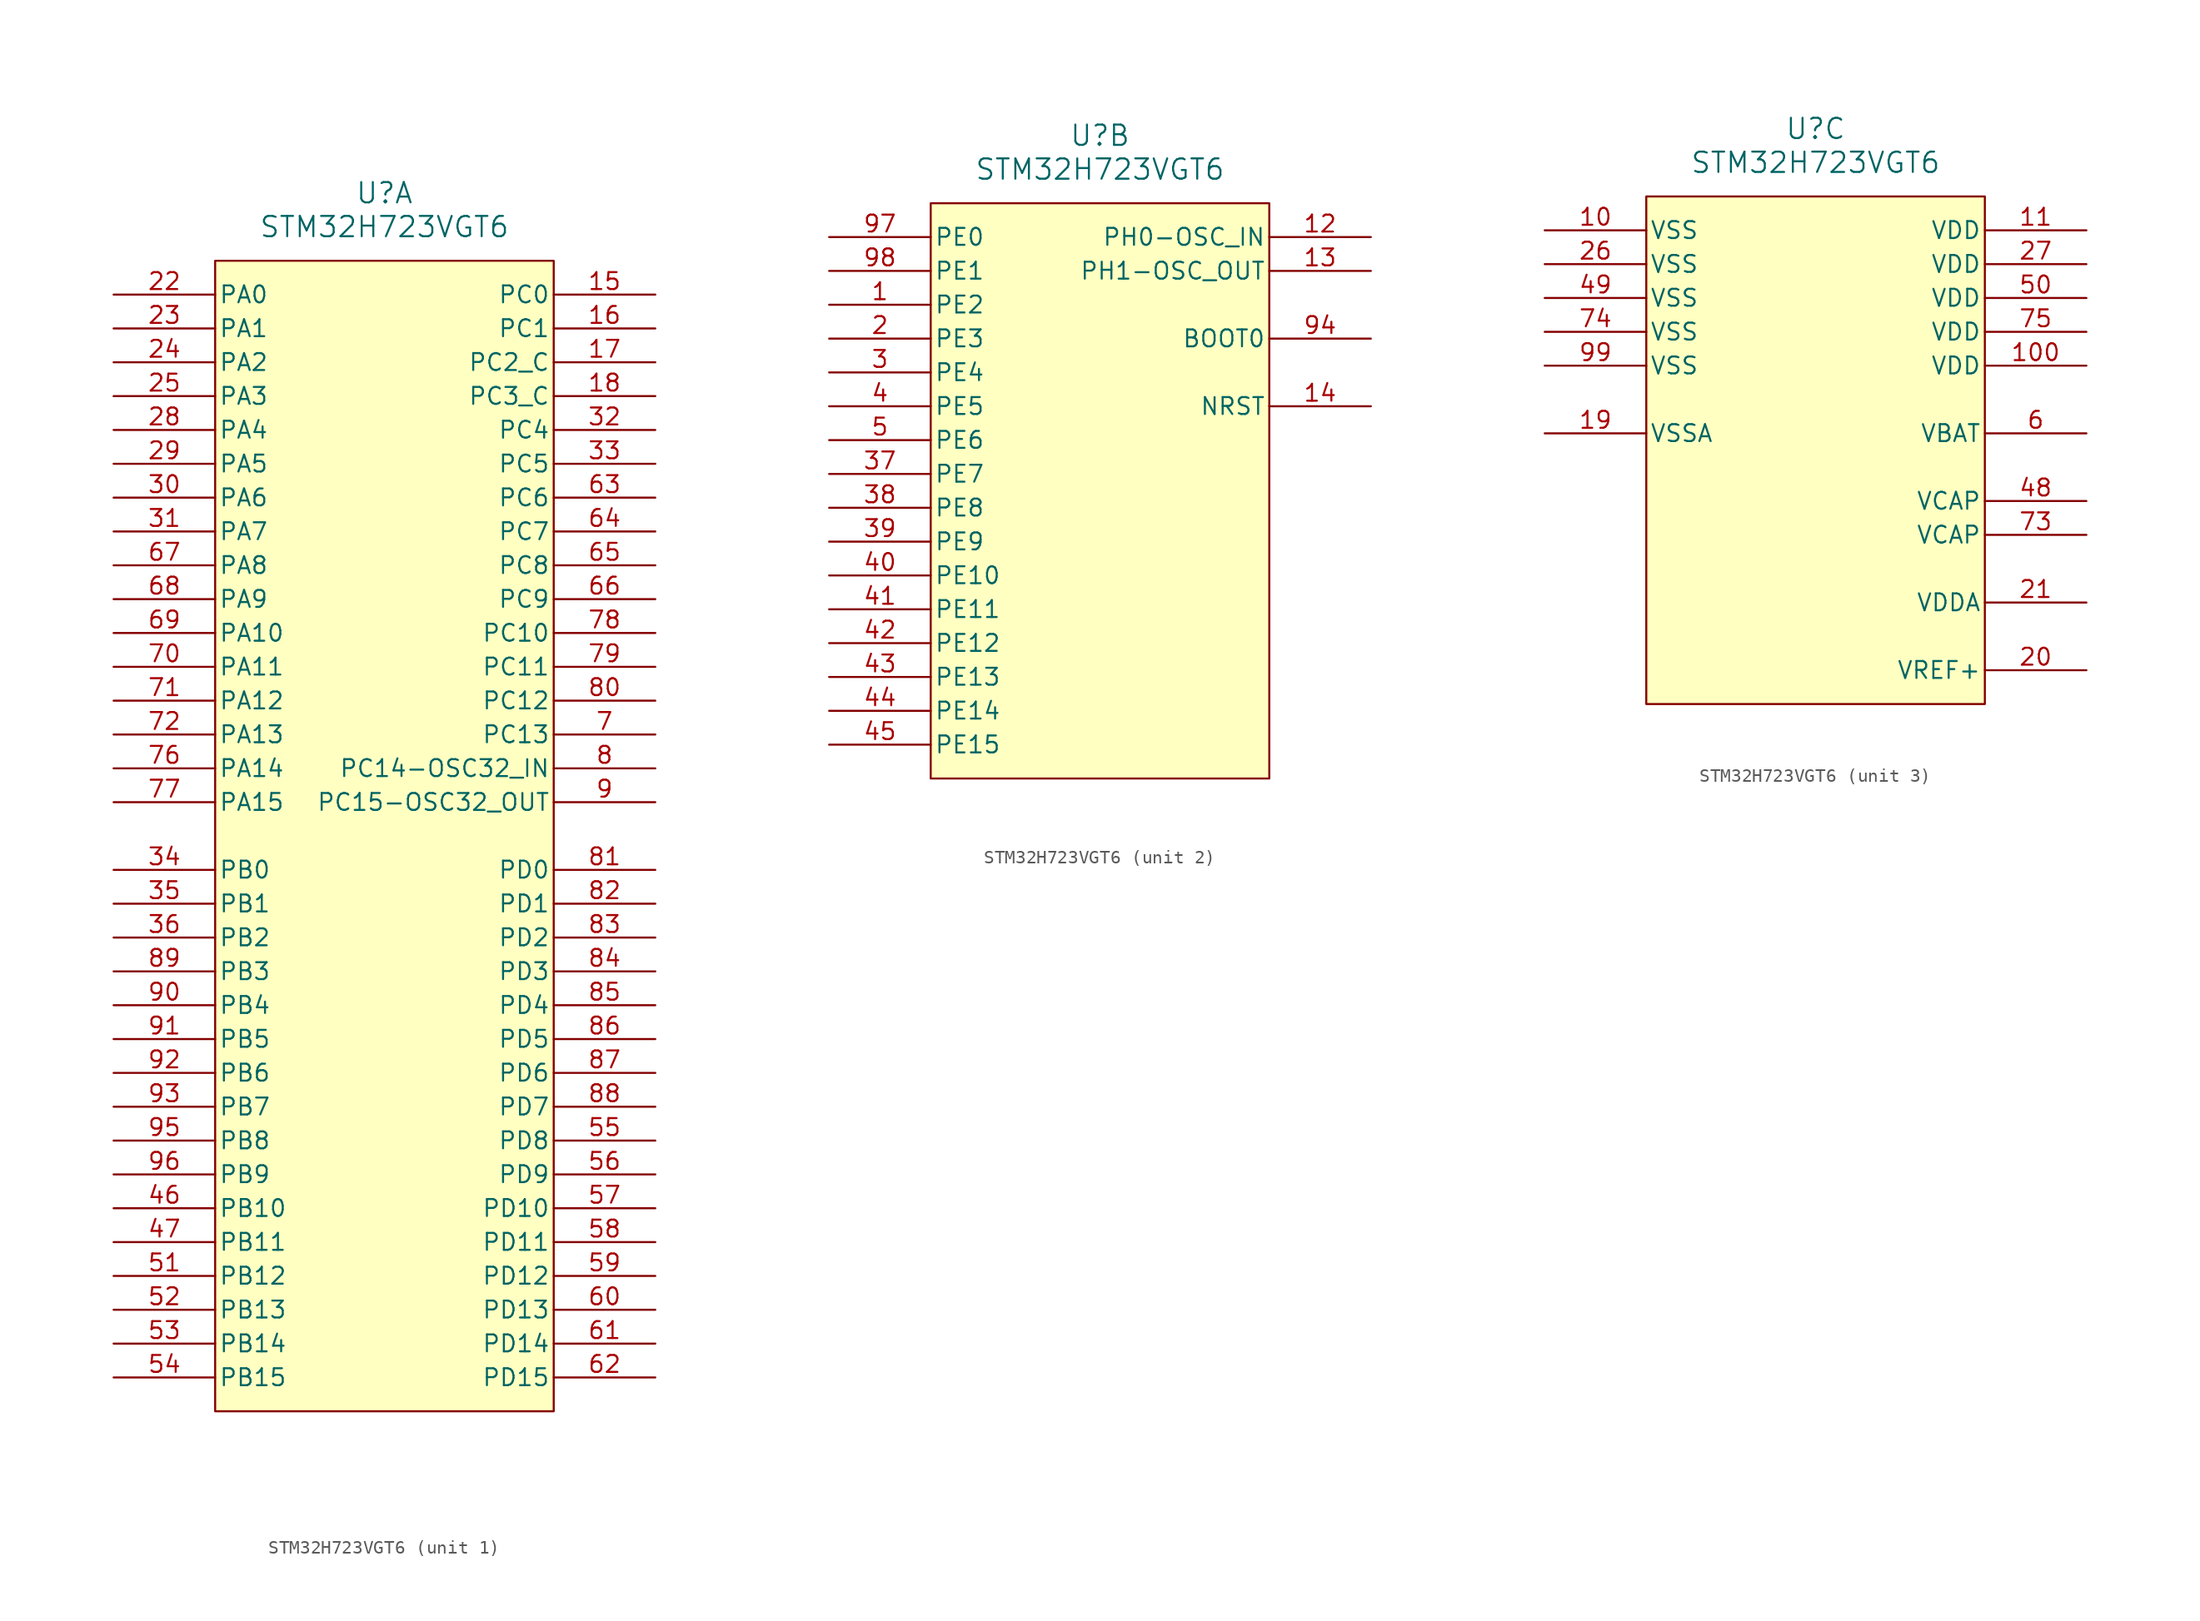
<source format=kicad_sym>
(kicad_symbol_lib
  (version 20231120)
  (generator "kicad_symbol_editor")
  (generator_version "8.0")
  (symbol "STM32H723VGT6"
    (pin_names
      (offset 0.254))
    (property "Reference" "U"
      (at 0 10.16 0)
      (effects (font (size 1.524 1.524))))
    (property "Value" "STM32H723VGT6"
      (at 0 7.62 0)
      (effects (font (size 1.524 1.524))))
    (property "ki_locked" ""
      (at 0 0 0)
      (effects (font (size 1.27 1.27))))
    (symbol "STM32H723VGT6_1_1"
      (rectangle (start -12.7 5.08) (end 12.7 -81.28) (stroke (width 0) (type default)) (fill (type background)))
      (pin bidirectional line (at 20.32 2.54 180) (length 7.62) (name "PC0" (effects (font (size 1.27 1.27)))) (number "15" (effects (font (size 1.27 1.27)))))
      (pin bidirectional line (at 20.32 0 180) (length 7.62) (name "PC1" (effects (font (size 1.27 1.27)))) (number "16" (effects (font (size 1.27 1.27)))))
      (pin bidirectional line (at 20.32 -2.54 180) (length 7.62) (name "PC2_C" (effects (font (size 1.27 1.27)))) (number "17" (effects (font (size 1.27 1.27)))))
      (pin bidirectional line (at 20.32 -5.08 180) (length 7.62) (name "PC3_C" (effects (font (size 1.27 1.27)))) (number "18" (effects (font (size 1.27 1.27)))))
      (pin bidirectional line (at -20.32 2.54 0) (length 7.62) (name "PA0" (effects (font (size 1.27 1.27)))) (number "22" (effects (font (size 1.27 1.27)))))
      (pin bidirectional line (at -20.32 0 0) (length 7.62) (name "PA1" (effects (font (size 1.27 1.27)))) (number "23" (effects (font (size 1.27 1.27)))))
      (pin bidirectional line (at -20.32 -2.54 0) (length 7.62) (name "PA2" (effects (font (size 1.27 1.27)))) (number "24" (effects (font (size 1.27 1.27)))))
      (pin bidirectional line (at -20.32 -5.08 0) (length 7.62) (name "PA3" (effects (font (size 1.27 1.27)))) (number "25" (effects (font (size 1.27 1.27)))))
      (pin bidirectional line (at -20.32 -7.62 0) (length 7.62) (name "PA4" (effects (font (size 1.27 1.27)))) (number "28" (effects (font (size 1.27 1.27)))))
      (pin bidirectional line (at -20.32 -10.16 0) (length 7.62) (name "PA5" (effects (font (size 1.27 1.27)))) (number "29" (effects (font (size 1.27 1.27)))))
      (pin bidirectional line (at -20.32 -12.7 0) (length 7.62) (name "PA6" (effects (font (size 1.27 1.27)))) (number "30" (effects (font (size 1.27 1.27)))))
      (pin bidirectional line (at -20.32 -15.24 0) (length 7.62) (name "PA7" (effects (font (size 1.27 1.27)))) (number "31" (effects (font (size 1.27 1.27)))))
      (pin bidirectional line (at 20.32 -7.62 180) (length 7.62) (name "PC4" (effects (font (size 1.27 1.27)))) (number "32" (effects (font (size 1.27 1.27)))))
      (pin bidirectional line (at 20.32 -10.16 180) (length 7.62) (name "PC5" (effects (font (size 1.27 1.27)))) (number "33" (effects (font (size 1.27 1.27)))))
      (pin bidirectional line (at -20.32 -40.64 0) (length 7.62) (name "PB0" (effects (font (size 1.27 1.27)))) (number "34" (effects (font (size 1.27 1.27)))))
      (pin bidirectional line (at -20.32 -43.18 0) (length 7.62) (name "PB1" (effects (font (size 1.27 1.27)))) (number "35" (effects (font (size 1.27 1.27)))))
      (pin bidirectional line (at -20.32 -45.72 0) (length 7.62) (name "PB2" (effects (font (size 1.27 1.27)))) (number "36" (effects (font (size 1.27 1.27)))))
      (pin bidirectional line (at -20.32 -66.04 0) (length 7.62) (name "PB10" (effects (font (size 1.27 1.27)))) (number "46" (effects (font (size 1.27 1.27)))))
      (pin bidirectional line (at -20.32 -68.58 0) (length 7.62) (name "PB11" (effects (font (size 1.27 1.27)))) (number "47" (effects (font (size 1.27 1.27)))))
      (pin bidirectional line (at -20.32 -71.12 0) (length 7.62) (name "PB12" (effects (font (size 1.27 1.27)))) (number "51" (effects (font (size 1.27 1.27)))))
      (pin bidirectional line (at -20.32 -73.66 0) (length 7.62) (name "PB13" (effects (font (size 1.27 1.27)))) (number "52" (effects (font (size 1.27 1.27)))))
      (pin bidirectional line (at -20.32 -76.2 0) (length 7.62) (name "PB14" (effects (font (size 1.27 1.27)))) (number "53" (effects (font (size 1.27 1.27)))))
      (pin bidirectional line (at -20.32 -78.74 0) (length 7.62) (name "PB15" (effects (font (size 1.27 1.27)))) (number "54" (effects (font (size 1.27 1.27)))))
      (pin bidirectional line (at 20.32 -60.96 180) (length 7.62) (name "PD8" (effects (font (size 1.27 1.27)))) (number "55" (effects (font (size 1.27 1.27)))))
      (pin bidirectional line (at 20.32 -63.5 180) (length 7.62) (name "PD9" (effects (font (size 1.27 1.27)))) (number "56" (effects (font (size 1.27 1.27)))))
      (pin bidirectional line (at 20.32 -66.04 180) (length 7.62) (name "PD10" (effects (font (size 1.27 1.27)))) (number "57" (effects (font (size 1.27 1.27)))))
      (pin bidirectional line (at 20.32 -68.58 180) (length 7.62) (name "PD11" (effects (font (size 1.27 1.27)))) (number "58" (effects (font (size 1.27 1.27)))))
      (pin bidirectional line (at 20.32 -71.12 180) (length 7.62) (name "PD12" (effects (font (size 1.27 1.27)))) (number "59" (effects (font (size 1.27 1.27)))))
      (pin bidirectional line (at 20.32 -73.66 180) (length 7.62) (name "PD13" (effects (font (size 1.27 1.27)))) (number "60" (effects (font (size 1.27 1.27)))))
      (pin bidirectional line (at 20.32 -76.2 180) (length 7.62) (name "PD14" (effects (font (size 1.27 1.27)))) (number "61" (effects (font (size 1.27 1.27)))))
      (pin bidirectional line (at 20.32 -78.74 180) (length 7.62) (name "PD15" (effects (font (size 1.27 1.27)))) (number "62" (effects (font (size 1.27 1.27)))))
      (pin bidirectional line (at 20.32 -12.7 180) (length 7.62) (name "PC6" (effects (font (size 1.27 1.27)))) (number "63" (effects (font (size 1.27 1.27)))))
      (pin bidirectional line (at 20.32 -15.24 180) (length 7.62) (name "PC7" (effects (font (size 1.27 1.27)))) (number "64" (effects (font (size 1.27 1.27)))))
      (pin bidirectional line (at 20.32 -17.78 180) (length 7.62) (name "PC8" (effects (font (size 1.27 1.27)))) (number "65" (effects (font (size 1.27 1.27)))))
      (pin bidirectional line (at 20.32 -20.32 180) (length 7.62) (name "PC9" (effects (font (size 1.27 1.27)))) (number "66" (effects (font (size 1.27 1.27)))))
      (pin bidirectional line (at -20.32 -17.78 0) (length 7.62) (name "PA8" (effects (font (size 1.27 1.27)))) (number "67" (effects (font (size 1.27 1.27)))))
      (pin bidirectional line (at -20.32 -20.32 0) (length 7.62) (name "PA9" (effects (font (size 1.27 1.27)))) (number "68" (effects (font (size 1.27 1.27)))))
      (pin bidirectional line (at -20.32 -22.86 0) (length 7.62) (name "PA10" (effects (font (size 1.27 1.27)))) (number "69" (effects (font (size 1.27 1.27)))))
      (pin bidirectional line (at 20.32 -30.48 180) (length 7.62) (name "PC13" (effects (font (size 1.27 1.27)))) (number "7" (effects (font (size 1.27 1.27)))))
      (pin bidirectional line (at -20.32 -25.4 0) (length 7.62) (name "PA11" (effects (font (size 1.27 1.27)))) (number "70" (effects (font (size 1.27 1.27)))))
      (pin bidirectional line (at -20.32 -27.94 0) (length 7.62) (name "PA12" (effects (font (size 1.27 1.27)))) (number "71" (effects (font (size 1.27 1.27)))))
      (pin bidirectional line (at -20.32 -30.48 0) (length 7.62) (name "PA13" (effects (font (size 1.27 1.27)))) (number "72" (effects (font (size 1.27 1.27)))))
      (pin bidirectional line (at -20.32 -33.02 0) (length 7.62) (name "PA14" (effects (font (size 1.27 1.27)))) (number "76" (effects (font (size 1.27 1.27)))))
      (pin bidirectional line (at -20.32 -35.56 0) (length 7.62) (name "PA15" (effects (font (size 1.27 1.27)))) (number "77" (effects (font (size 1.27 1.27)))))
      (pin bidirectional line (at 20.32 -22.86 180) (length 7.62) (name "PC10" (effects (font (size 1.27 1.27)))) (number "78" (effects (font (size 1.27 1.27)))))
      (pin bidirectional line (at 20.32 -25.4 180) (length 7.62) (name "PC11" (effects (font (size 1.27 1.27)))) (number "79" (effects (font (size 1.27 1.27)))))
      (pin bidirectional line (at 20.32 -33.02 180) (length 7.62) (name "PC14-OSC32_IN" (effects (font (size 1.27 1.27)))) (number "8" (effects (font (size 1.27 1.27)))))
      (pin bidirectional line (at 20.32 -27.94 180) (length 7.62) (name "PC12" (effects (font (size 1.27 1.27)))) (number "80" (effects (font (size 1.27 1.27)))))
      (pin bidirectional line (at 20.32 -40.64 180) (length 7.62) (name "PD0" (effects (font (size 1.27 1.27)))) (number "81" (effects (font (size 1.27 1.27)))))
      (pin bidirectional line (at 20.32 -43.18 180) (length 7.62) (name "PD1" (effects (font (size 1.27 1.27)))) (number "82" (effects (font (size 1.27 1.27)))))
      (pin bidirectional line (at 20.32 -45.72 180) (length 7.62) (name "PD2" (effects (font (size 1.27 1.27)))) (number "83" (effects (font (size 1.27 1.27)))))
      (pin bidirectional line (at 20.32 -48.26 180) (length 7.62) (name "PD3" (effects (font (size 1.27 1.27)))) (number "84" (effects (font (size 1.27 1.27)))))
      (pin bidirectional line (at 20.32 -50.8 180) (length 7.62) (name "PD4" (effects (font (size 1.27 1.27)))) (number "85" (effects (font (size 1.27 1.27)))))
      (pin bidirectional line (at 20.32 -53.34 180) (length 7.62) (name "PD5" (effects (font (size 1.27 1.27)))) (number "86" (effects (font (size 1.27 1.27)))))
      (pin bidirectional line (at 20.32 -55.88 180) (length 7.62) (name "PD6" (effects (font (size 1.27 1.27)))) (number "87" (effects (font (size 1.27 1.27)))))
      (pin bidirectional line (at 20.32 -58.42 180) (length 7.62) (name "PD7" (effects (font (size 1.27 1.27)))) (number "88" (effects (font (size 1.27 1.27)))))
      (pin bidirectional line (at -20.32 -48.26 0) (length 7.62) (name "PB3" (effects (font (size 1.27 1.27)))) (number "89" (effects (font (size 1.27 1.27)))))
      (pin bidirectional line (at 20.32 -35.56 180) (length 7.62) (name "PC15-OSC32_OUT" (effects (font (size 1.27 1.27)))) (number "9" (effects (font (size 1.27 1.27)))))
      (pin bidirectional line (at -20.32 -50.8 0) (length 7.62) (name "PB4" (effects (font (size 1.27 1.27)))) (number "90" (effects (font (size 1.27 1.27)))))
      (pin bidirectional line (at -20.32 -53.34 0) (length 7.62) (name "PB5" (effects (font (size 1.27 1.27)))) (number "91" (effects (font (size 1.27 1.27)))))
      (pin bidirectional line (at -20.32 -55.88 0) (length 7.62) (name "PB6" (effects (font (size 1.27 1.27)))) (number "92" (effects (font (size 1.27 1.27)))))
      (pin bidirectional line (at -20.32 -58.42 0) (length 7.62) (name "PB7" (effects (font (size 1.27 1.27)))) (number "93" (effects (font (size 1.27 1.27)))))
      (pin bidirectional line (at -20.32 -60.96 0) (length 7.62) (name "PB8" (effects (font (size 1.27 1.27)))) (number "95" (effects (font (size 1.27 1.27)))))
      (pin bidirectional line (at -20.32 -63.5 0) (length 7.62) (name "PB9" (effects (font (size 1.27 1.27)))) (number "96" (effects (font (size 1.27 1.27))))))
    (symbol "STM32H723VGT6_2_1"
      (rectangle (start -12.7 5.08) (end 12.7 -38.1) (stroke (width 0) (type default)) (fill (type background)))
      (pin bidirectional line (at -20.32 -2.54 0) (length 7.62) (name "PE2" (effects (font (size 1.27 1.27)))) (number "1" (effects (font (size 1.27 1.27)))))
      (pin bidirectional line (at 20.32 2.54 180) (length 7.62) (name "PH0-OSC_IN" (effects (font (size 1.27 1.27)))) (number "12" (effects (font (size 1.27 1.27)))))
      (pin bidirectional line (at 20.32 0 180) (length 7.62) (name "PH1-OSC_OUT" (effects (font (size 1.27 1.27)))) (number "13" (effects (font (size 1.27 1.27)))))
      (pin bidirectional line (at 20.32 -10.16 180) (length 7.62) (name "NRST" (effects (font (size 1.27 1.27)))) (number "14" (effects (font (size 1.27 1.27)))))
      (pin bidirectional line (at -20.32 -5.08 0) (length 7.62) (name "PE3" (effects (font (size 1.27 1.27)))) (number "2" (effects (font (size 1.27 1.27)))))
      (pin bidirectional line (at -20.32 -7.62 0) (length 7.62) (name "PE4" (effects (font (size 1.27 1.27)))) (number "3" (effects (font (size 1.27 1.27)))))
      (pin bidirectional line (at -20.32 -15.24 0) (length 7.62) (name "PE7" (effects (font (size 1.27 1.27)))) (number "37" (effects (font (size 1.27 1.27)))))
      (pin bidirectional line (at -20.32 -17.78 0) (length 7.62) (name "PE8" (effects (font (size 1.27 1.27)))) (number "38" (effects (font (size 1.27 1.27)))))
      (pin bidirectional line (at -20.32 -20.32 0) (length 7.62) (name "PE9" (effects (font (size 1.27 1.27)))) (number "39" (effects (font (size 1.27 1.27)))))
      (pin bidirectional line (at -20.32 -10.16 0) (length 7.62) (name "PE5" (effects (font (size 1.27 1.27)))) (number "4" (effects (font (size 1.27 1.27)))))
      (pin bidirectional line (at -20.32 -22.86 0) (length 7.62) (name "PE10" (effects (font (size 1.27 1.27)))) (number "40" (effects (font (size 1.27 1.27)))))
      (pin bidirectional line (at -20.32 -25.4 0) (length 7.62) (name "PE11" (effects (font (size 1.27 1.27)))) (number "41" (effects (font (size 1.27 1.27)))))
      (pin bidirectional line (at -20.32 -27.94 0) (length 7.62) (name "PE12" (effects (font (size 1.27 1.27)))) (number "42" (effects (font (size 1.27 1.27)))))
      (pin bidirectional line (at -20.32 -30.48 0) (length 7.62) (name "PE13" (effects (font (size 1.27 1.27)))) (number "43" (effects (font (size 1.27 1.27)))))
      (pin bidirectional line (at -20.32 -33.02 0) (length 7.62) (name "PE14" (effects (font (size 1.27 1.27)))) (number "44" (effects (font (size 1.27 1.27)))))
      (pin bidirectional line (at -20.32 -35.56 0) (length 7.62) (name "PE15" (effects (font (size 1.27 1.27)))) (number "45" (effects (font (size 1.27 1.27)))))
      (pin bidirectional line (at -20.32 -12.7 0) (length 7.62) (name "PE6" (effects (font (size 1.27 1.27)))) (number "5" (effects (font (size 1.27 1.27)))))
      (pin input line (at 20.32 -5.08 180) (length 7.62) (name "BOOT0" (effects (font (size 1.27 1.27)))) (number "94" (effects (font (size 1.27 1.27)))))
      (pin bidirectional line (at -20.32 2.54 0) (length 7.62) (name "PE0" (effects (font (size 1.27 1.27)))) (number "97" (effects (font (size 1.27 1.27)))))
      (pin bidirectional line (at -20.32 0 0) (length 7.62) (name "PE1" (effects (font (size 1.27 1.27)))) (number "98" (effects (font (size 1.27 1.27))))))
    (symbol "STM32H723VGT6_3_1"
      (rectangle (start -12.7 5.08) (end 12.7 -33.02) (stroke (width 0) (type default)) (fill (type background)))
      (pin power_in line (at -20.32 2.54 0) (length 7.62) (name "VSS" (effects (font (size 1.27 1.27)))) (number "10" (effects (font (size 1.27 1.27)))))
      (pin power_in line (at 20.32 -7.62 180) (length 7.62) (name "VDD" (effects (font (size 1.27 1.27)))) (number "100" (effects (font (size 1.27 1.27)))))
      (pin power_in line (at 20.32 2.54 180) (length 7.62) (name "VDD" (effects (font (size 1.27 1.27)))) (number "11" (effects (font (size 1.27 1.27)))))
      (pin power_in line (at -20.32 -12.7 0) (length 7.62) (name "VSSA" (effects (font (size 1.27 1.27)))) (number "19" (effects (font (size 1.27 1.27)))))
      (pin power_in line (at 20.32 -30.48 180) (length 7.62) (name "VREF+" (effects (font (size 1.27 1.27)))) (number "20" (effects (font (size 1.27 1.27)))))
      (pin power_in line (at 20.32 -25.4 180) (length 7.62) (name "VDDA" (effects (font (size 1.27 1.27)))) (number "21" (effects (font (size 1.27 1.27)))))
      (pin power_in line (at -20.32 0 0) (length 7.62) (name "VSS" (effects (font (size 1.27 1.27)))) (number "26" (effects (font (size 1.27 1.27)))))
      (pin power_in line (at 20.32 0 180) (length 7.62) (name "VDD" (effects (font (size 1.27 1.27)))) (number "27" (effects (font (size 1.27 1.27)))))
      (pin power_in line (at 20.32 -17.78 180) (length 7.62) (name "VCAP" (effects (font (size 1.27 1.27)))) (number "48" (effects (font (size 1.27 1.27)))))
      (pin power_in line (at -20.32 -2.54 0) (length 7.62) (name "VSS" (effects (font (size 1.27 1.27)))) (number "49" (effects (font (size 1.27 1.27)))))
      (pin power_in line (at 20.32 -2.54 180) (length 7.62) (name "VDD" (effects (font (size 1.27 1.27)))) (number "50" (effects (font (size 1.27 1.27)))))
      (pin power_in line (at 20.32 -12.7 180) (length 7.62) (name "VBAT" (effects (font (size 1.27 1.27)))) (number "6" (effects (font (size 1.27 1.27)))))
      (pin power_in line (at 20.32 -20.32 180) (length 7.62) (name "VCAP" (effects (font (size 1.27 1.27)))) (number "73" (effects (font (size 1.27 1.27)))))
      (pin power_in line (at -20.32 -5.08 0) (length 7.62) (name "VSS" (effects (font (size 1.27 1.27)))) (number "74" (effects (font (size 1.27 1.27)))))
      (pin power_in line (at 20.32 -5.08 180) (length 7.62) (name "VDD" (effects (font (size 1.27 1.27)))) (number "75" (effects (font (size 1.27 1.27)))))
      (pin power_in line (at -20.32 -7.62 0) (length 7.62) (name "VSS" (effects (font (size 1.27 1.27)))) (number "99" (effects (font (size 1.27 1.27))))))))
</source>
